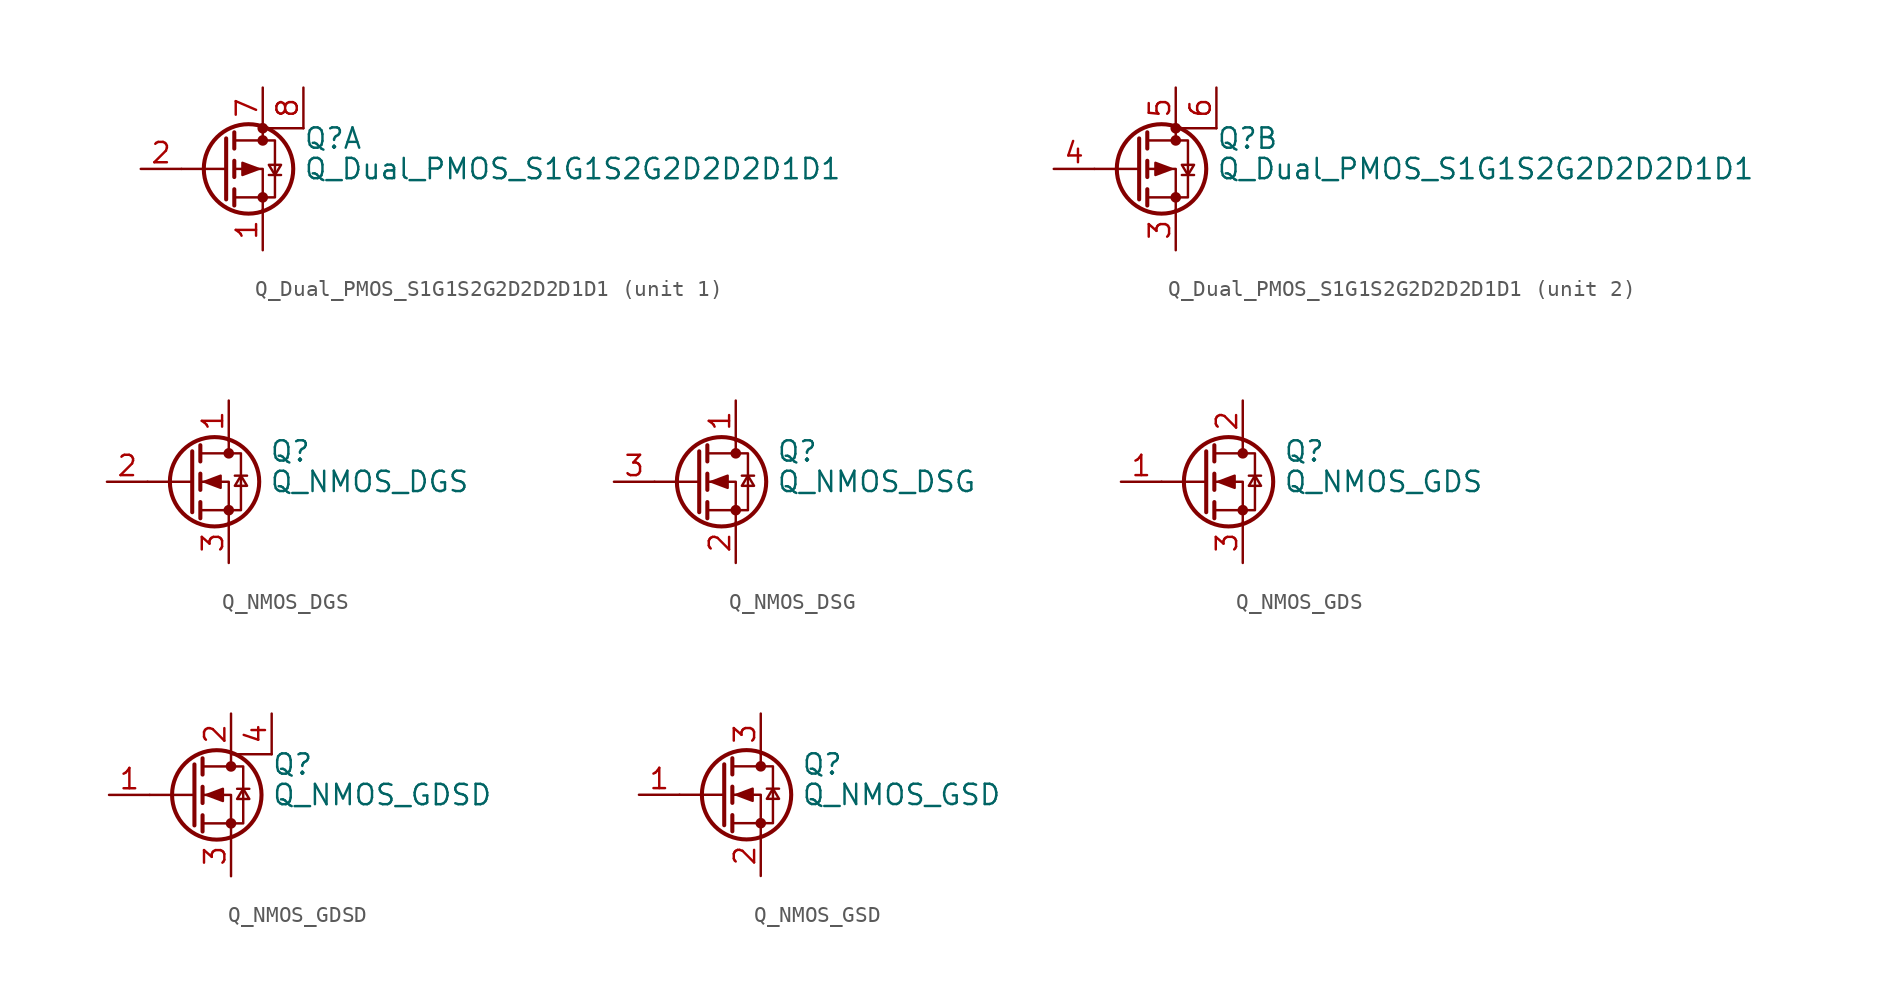
<source format=kicad_sym>
(kicad_symbol_lib
  (version 20241209)
  (generator "kicad_symbol_editor")
  (generator_version "9.0")
  (symbol "Q_Dual_PMOS_S1G1S2G2D2D2D1D1"
    (pin_names
      (offset 0)
      (hide yes))
    (property "Reference" "Q"
      (at 5.08 1.905 0)
      (effects (font (size 1.27 1.27)) (justify left)))
    (property "Value" "Q_Dual_PMOS_S1G1S2G2D2D2D1D1"
      (at 5.08 0 0)
      (effects (font (size 1.27 1.27)) (justify left)))
    (symbol "Q_Dual_PMOS_S1G1S2G2D2D2D1D1_0_1"
      (polyline (pts (xy 0.254 1.905) (xy 0.254 -1.905)) (stroke (width 0.254) (type default)) (fill (type none)))
      (polyline (pts (xy 0.254 0) (xy -2.54 0)) (stroke (width 0) (type default)) (fill (type none)))
      (polyline (pts (xy 0.762 2.286) (xy 0.762 1.27)) (stroke (width 0.254) (type default)) (fill (type none)))
      (polyline (pts (xy 0.762 1.778) (xy 3.302 1.778) (xy 3.302 -1.778) (xy 0.762 -1.778)) (stroke (width 0) (type default)) (fill (type none)))
      (polyline (pts (xy 0.762 0.508) (xy 0.762 -0.508)) (stroke (width 0.254) (type default)) (fill (type none)))
      (polyline (pts (xy 0.762 -1.27) (xy 0.762 -2.286)) (stroke (width 0.254) (type default)) (fill (type none)))
      (circle (center 1.651 0) (radius 2.794) (stroke (width 0.254) (type default)) (fill (type none)))
      (polyline (pts (xy 2.286 0) (xy 1.27 0.381) (xy 1.27 -0.381) (xy 2.286 0)) (stroke (width 0) (type default)) (fill (type outline)))
      (polyline (pts (xy 2.54 2.54) (xy 2.54 1.778)) (stroke (width 0) (type default)) (fill (type none)))
      (circle (center 2.54 2.54) (radius 0.254) (stroke (width 0) (type default)) (fill (type outline)))
      (circle (center 2.54 1.778) (radius 0.254) (stroke (width 0) (type default)) (fill (type outline)))
      (circle (center 2.54 -1.778) (radius 0.254) (stroke (width 0) (type default)) (fill (type outline)))
      (polyline (pts (xy 2.54 -2.54) (xy 2.54 0) (xy 0.762 0)) (stroke (width 0) (type default)) (fill (type none)))
      (polyline (pts (xy 2.921 -0.381) (xy 3.683 -0.381)) (stroke (width 0) (type default)) (fill (type none)))
      (polyline (pts (xy 3.302 -0.381) (xy 2.921 0.254) (xy 3.683 0.254) (xy 3.302 -0.381)) (stroke (width 0) (type default)) (fill (type none)))
      (polyline (pts (xy 5.08 2.54) (xy 2.54 2.54)) (stroke (width 0) (type default)) (fill (type none))))
    (symbol "Q_Dual_PMOS_S1G1S2G2D2D2D1D1_1_1"
      (pin input line (at -5.08 0 0) (length 2.54) (name "G" (effects (font (size 1.27 1.27)))) (number "2" (effects (font (size 1.27 1.27)))))
      (pin passive line (at 2.54 5.08 270) (length 2.54) (name "D" (effects (font (size 1.27 1.27)))) (number "7" (effects (font (size 1.27 1.27)))))
      (pin passive line (at 2.54 -5.08 90) (length 2.54) (name "S" (effects (font (size 1.27 1.27)))) (number "1" (effects (font (size 1.27 1.27)))))
      (pin passive line (at 5.08 5.08 270) (length 2.54) (name "D" (effects (font (size 1.27 1.27)))) (number "8" (effects (font (size 1.27 1.27))))))
    (symbol "Q_Dual_PMOS_S1G1S2G2D2D2D1D1_2_1"
      (pin input line (at -5.08 0 0) (length 2.54) (name "G" (effects (font (size 1.27 1.27)))) (number "4" (effects (font (size 1.27 1.27)))))
      (pin passive line (at 2.54 5.08 270) (length 2.54) (name "D" (effects (font (size 1.27 1.27)))) (number "5" (effects (font (size 1.27 1.27)))))
      (pin passive line (at 2.54 -5.08 90) (length 2.54) (name "S" (effects (font (size 1.27 1.27)))) (number "3" (effects (font (size 1.27 1.27)))))
      (pin passive line (at 5.08 5.08 270) (length 2.54) (name "D" (effects (font (size 1.27 1.27)))) (number "6" (effects (font (size 1.27 1.27)))))))
  (symbol "Q_NMOS_DGS"
    (pin_names
      (offset 0)
      (hide yes))
    (property "Reference" "Q"
      (at 5.08 1.905 0)
      (effects (font (size 1.27 1.27)) (justify left)))
    (property "Value" "Q_NMOS_DGS"
      (at 5.08 0 0)
      (effects (font (size 1.27 1.27)) (justify left)))
    (symbol "Q_NMOS_DGS_0_1"
      (polyline (pts (xy 0.254 1.905) (xy 0.254 -1.905)) (stroke (width 0.254) (type default)) (fill (type none)))
      (polyline (pts (xy 0.254 0) (xy -2.54 0)) (stroke (width 0) (type default)) (fill (type none)))
      (polyline (pts (xy 0.762 2.286) (xy 0.762 1.27)) (stroke (width 0.254) (type default)) (fill (type none)))
      (polyline (pts (xy 0.762 0.508) (xy 0.762 -0.508)) (stroke (width 0.254) (type default)) (fill (type none)))
      (polyline (pts (xy 0.762 -1.27) (xy 0.762 -2.286)) (stroke (width 0.254) (type default)) (fill (type none)))
      (polyline (pts (xy 0.762 -1.778) (xy 3.302 -1.778) (xy 3.302 1.778) (xy 0.762 1.778)) (stroke (width 0) (type default)) (fill (type none)))
      (polyline (pts (xy 1.016 0) (xy 2.032 0.381) (xy 2.032 -0.381) (xy 1.016 0)) (stroke (width 0) (type default)) (fill (type outline)))
      (circle (center 1.651 0) (radius 2.794) (stroke (width 0.254) (type default)) (fill (type none)))
      (polyline (pts (xy 2.54 2.54) (xy 2.54 1.778)) (stroke (width 0) (type default)) (fill (type none)))
      (circle (center 2.54 1.778) (radius 0.254) (stroke (width 0) (type default)) (fill (type outline)))
      (circle (center 2.54 -1.778) (radius 0.254) (stroke (width 0) (type default)) (fill (type outline)))
      (polyline (pts (xy 2.54 -2.54) (xy 2.54 0) (xy 0.762 0)) (stroke (width 0) (type default)) (fill (type none)))
      (polyline (pts (xy 2.921 0.381) (xy 3.683 0.381)) (stroke (width 0) (type default)) (fill (type none)))
      (polyline (pts (xy 3.302 0.381) (xy 2.921 -0.254) (xy 3.683 -0.254) (xy 3.302 0.381)) (stroke (width 0) (type default)) (fill (type none))))
    (symbol "Q_NMOS_DGS_1_1"
      (pin input line (at -5.08 0 0) (length 2.54) (name "G" (effects (font (size 1.27 1.27)))) (number "2" (effects (font (size 1.27 1.27)))))
      (pin passive line (at 2.54 5.08 270) (length 2.54) (name "D" (effects (font (size 1.27 1.27)))) (number "1" (effects (font (size 1.27 1.27)))))
      (pin passive line (at 2.54 -5.08 90) (length 2.54) (name "S" (effects (font (size 1.27 1.27)))) (number "3" (effects (font (size 1.27 1.27)))))))
  (symbol "Q_NMOS_DSG"
    (pin_names
      (offset 0)
      (hide yes))
    (property "Reference" "Q"
      (at 5.08 1.905 0)
      (effects (font (size 1.27 1.27)) (justify left)))
    (property "Value" "Q_NMOS_DSG"
      (at 5.08 0 0)
      (effects (font (size 1.27 1.27)) (justify left)))
    (symbol "Q_NMOS_DSG_0_1"
      (polyline (pts (xy 0.254 1.905) (xy 0.254 -1.905)) (stroke (width 0.254) (type default)) (fill (type none)))
      (polyline (pts (xy 0.254 0) (xy -2.54 0)) (stroke (width 0) (type default)) (fill (type none)))
      (polyline (pts (xy 0.762 2.286) (xy 0.762 1.27)) (stroke (width 0.254) (type default)) (fill (type none)))
      (polyline (pts (xy 0.762 0.508) (xy 0.762 -0.508)) (stroke (width 0.254) (type default)) (fill (type none)))
      (polyline (pts (xy 0.762 -1.27) (xy 0.762 -2.286)) (stroke (width 0.254) (type default)) (fill (type none)))
      (polyline (pts (xy 0.762 -1.778) (xy 3.302 -1.778) (xy 3.302 1.778) (xy 0.762 1.778)) (stroke (width 0) (type default)) (fill (type none)))
      (polyline (pts (xy 1.016 0) (xy 2.032 0.381) (xy 2.032 -0.381) (xy 1.016 0)) (stroke (width 0) (type default)) (fill (type outline)))
      (circle (center 1.651 0) (radius 2.794) (stroke (width 0.254) (type default)) (fill (type none)))
      (polyline (pts (xy 2.54 2.54) (xy 2.54 1.778)) (stroke (width 0) (type default)) (fill (type none)))
      (circle (center 2.54 1.778) (radius 0.254) (stroke (width 0) (type default)) (fill (type outline)))
      (circle (center 2.54 -1.778) (radius 0.254) (stroke (width 0) (type default)) (fill (type outline)))
      (polyline (pts (xy 2.54 -2.54) (xy 2.54 0) (xy 0.762 0)) (stroke (width 0) (type default)) (fill (type none)))
      (polyline (pts (xy 2.921 0.381) (xy 3.683 0.381)) (stroke (width 0) (type default)) (fill (type none)))
      (polyline (pts (xy 3.302 0.381) (xy 2.921 -0.254) (xy 3.683 -0.254) (xy 3.302 0.381)) (stroke (width 0) (type default)) (fill (type none))))
    (symbol "Q_NMOS_DSG_1_1"
      (pin input line (at -5.08 0 0) (length 2.54) (name "G" (effects (font (size 1.27 1.27)))) (number "3" (effects (font (size 1.27 1.27)))))
      (pin passive line (at 2.54 5.08 270) (length 2.54) (name "D" (effects (font (size 1.27 1.27)))) (number "1" (effects (font (size 1.27 1.27)))))
      (pin passive line (at 2.54 -5.08 90) (length 2.54) (name "S" (effects (font (size 1.27 1.27)))) (number "2" (effects (font (size 1.27 1.27)))))))
  (symbol "Q_NMOS_GDS"
    (pin_names
      (offset 0)
      (hide yes))
    (property "Reference" "Q"
      (at 5.08 1.905 0)
      (effects (font (size 1.27 1.27)) (justify left)))
    (property "Value" "Q_NMOS_GDS"
      (at 5.08 0 0)
      (effects (font (size 1.27 1.27)) (justify left)))
    (symbol "Q_NMOS_GDS_0_1"
      (polyline (pts (xy 0.254 1.905) (xy 0.254 -1.905)) (stroke (width 0.254) (type default)) (fill (type none)))
      (polyline (pts (xy 0.254 0) (xy -2.54 0)) (stroke (width 0) (type default)) (fill (type none)))
      (polyline (pts (xy 0.762 2.286) (xy 0.762 1.27)) (stroke (width 0.254) (type default)) (fill (type none)))
      (polyline (pts (xy 0.762 0.508) (xy 0.762 -0.508)) (stroke (width 0.254) (type default)) (fill (type none)))
      (polyline (pts (xy 0.762 -1.27) (xy 0.762 -2.286)) (stroke (width 0.254) (type default)) (fill (type none)))
      (polyline (pts (xy 0.762 -1.778) (xy 3.302 -1.778) (xy 3.302 1.778) (xy 0.762 1.778)) (stroke (width 0) (type default)) (fill (type none)))
      (polyline (pts (xy 1.016 0) (xy 2.032 0.381) (xy 2.032 -0.381) (xy 1.016 0)) (stroke (width 0) (type default)) (fill (type outline)))
      (circle (center 1.651 0) (radius 2.794) (stroke (width 0.254) (type default)) (fill (type none)))
      (polyline (pts (xy 2.54 2.54) (xy 2.54 1.778)) (stroke (width 0) (type default)) (fill (type none)))
      (circle (center 2.54 1.778) (radius 0.254) (stroke (width 0) (type default)) (fill (type outline)))
      (circle (center 2.54 -1.778) (radius 0.254) (stroke (width 0) (type default)) (fill (type outline)))
      (polyline (pts (xy 2.54 -2.54) (xy 2.54 0) (xy 0.762 0)) (stroke (width 0) (type default)) (fill (type none)))
      (polyline (pts (xy 2.921 0.381) (xy 3.683 0.381)) (stroke (width 0) (type default)) (fill (type none)))
      (polyline (pts (xy 3.302 0.381) (xy 2.921 -0.254) (xy 3.683 -0.254) (xy 3.302 0.381)) (stroke (width 0) (type default)) (fill (type none))))
    (symbol "Q_NMOS_GDS_1_1"
      (pin input line (at -5.08 0 0) (length 2.54) (name "G" (effects (font (size 1.27 1.27)))) (number "1" (effects (font (size 1.27 1.27)))))
      (pin passive line (at 2.54 5.08 270) (length 2.54) (name "D" (effects (font (size 1.27 1.27)))) (number "2" (effects (font (size 1.27 1.27)))))
      (pin passive line (at 2.54 -5.08 90) (length 2.54) (name "S" (effects (font (size 1.27 1.27)))) (number "3" (effects (font (size 1.27 1.27)))))))
  (symbol "Q_NMOS_GDSD"
    (pin_names
      (offset 0)
      (hide yes))
    (property "Reference" "Q"
      (at 5.08 1.905 0)
      (effects (font (size 1.27 1.27)) (justify left)))
    (property "Value" "Q_NMOS_GDSD"
      (at 5.08 0 0)
      (effects (font (size 1.27 1.27)) (justify left)))
    (symbol "Q_NMOS_GDSD_0_1"
      (polyline (pts (xy 0.254 1.905) (xy 0.254 -1.905)) (stroke (width 0.254) (type default)) (fill (type none)))
      (polyline (pts (xy 0.254 0) (xy -2.54 0)) (stroke (width 0) (type default)) (fill (type none)))
      (polyline (pts (xy 0.762 2.286) (xy 0.762 1.27)) (stroke (width 0.254) (type default)) (fill (type none)))
      (polyline (pts (xy 0.762 0.508) (xy 0.762 -0.508)) (stroke (width 0.254) (type default)) (fill (type none)))
      (polyline (pts (xy 0.762 -1.27) (xy 0.762 -2.286)) (stroke (width 0.254) (type default)) (fill (type none)))
      (polyline (pts (xy 0.762 -1.778) (xy 3.302 -1.778) (xy 3.302 1.778) (xy 0.762 1.778)) (stroke (width 0) (type default)) (fill (type none)))
      (polyline (pts (xy 1.016 0) (xy 2.032 0.381) (xy 2.032 -0.381) (xy 1.016 0)) (stroke (width 0) (type default)) (fill (type outline)))
      (circle (center 1.651 0) (radius 2.794) (stroke (width 0.254) (type default)) (fill (type none)))
      (circle (center 2.54 1.778) (radius 0.254) (stroke (width 0) (type default)) (fill (type outline)))
      (circle (center 2.54 -1.778) (radius 0.254) (stroke (width 0) (type default)) (fill (type outline)))
      (polyline (pts (xy 2.54 -2.54) (xy 2.54 0) (xy 0.762 0)) (stroke (width 0) (type default)) (fill (type none)))
      (polyline (pts (xy 2.921 0.381) (xy 3.683 0.381)) (stroke (width 0) (type default)) (fill (type none)))
      (polyline (pts (xy 3.302 0.381) (xy 2.921 -0.254) (xy 3.683 -0.254) (xy 3.302 0.381)) (stroke (width 0) (type default)) (fill (type none)))
      (polyline (pts (xy 5.08 2.54) (xy 2.54 2.54) (xy 2.54 1.778)) (stroke (width 0) (type default)) (fill (type none))))
    (symbol "Q_NMOS_GDSD_1_1"
      (pin input line (at -5.08 0 0) (length 2.54) (name "G" (effects (font (size 1.27 1.27)))) (number "1" (effects (font (size 1.27 1.27)))))
      (pin passive line (at 2.54 5.08 270) (length 2.54) (name "D" (effects (font (size 1.27 1.27)))) (number "2" (effects (font (size 1.27 1.27)))))
      (pin passive line (at 2.54 -5.08 90) (length 2.54) (name "S" (effects (font (size 1.27 1.27)))) (number "3" (effects (font (size 1.27 1.27)))))
      (pin passive line (at 5.08 5.08 270) (length 2.54) (name "D" (effects (font (size 1.27 1.27)))) (number "4" (effects (font (size 1.27 1.27)))))))
  (symbol "Q_NMOS_GSD"
    (pin_names
      (offset 0)
      (hide yes))
    (property "Reference" "Q"
      (at 5.08 1.905 0)
      (effects (font (size 1.27 1.27)) (justify left)))
    (property "Value" "Q_NMOS_GSD"
      (at 5.08 0 0)
      (effects (font (size 1.27 1.27)) (justify left)))
    (symbol "Q_NMOS_GSD_0_1"
      (polyline (pts (xy 0.254 1.905) (xy 0.254 -1.905)) (stroke (width 0.254) (type default)) (fill (type none)))
      (polyline (pts (xy 0.254 0) (xy -2.54 0)) (stroke (width 0) (type default)) (fill (type none)))
      (polyline (pts (xy 0.762 2.286) (xy 0.762 1.27)) (stroke (width 0.254) (type default)) (fill (type none)))
      (polyline (pts (xy 0.762 0.508) (xy 0.762 -0.508)) (stroke (width 0.254) (type default)) (fill (type none)))
      (polyline (pts (xy 0.762 -1.27) (xy 0.762 -2.286)) (stroke (width 0.254) (type default)) (fill (type none)))
      (polyline (pts (xy 0.762 -1.778) (xy 3.302 -1.778) (xy 3.302 1.778) (xy 0.762 1.778)) (stroke (width 0) (type default)) (fill (type none)))
      (polyline (pts (xy 1.016 0) (xy 2.032 0.381) (xy 2.032 -0.381) (xy 1.016 0)) (stroke (width 0) (type default)) (fill (type outline)))
      (circle (center 1.651 0) (radius 2.794) (stroke (width 0.254) (type default)) (fill (type none)))
      (polyline (pts (xy 2.54 2.54) (xy 2.54 1.778)) (stroke (width 0) (type default)) (fill (type none)))
      (circle (center 2.54 1.778) (radius 0.254) (stroke (width 0) (type default)) (fill (type outline)))
      (circle (center 2.54 -1.778) (radius 0.254) (stroke (width 0) (type default)) (fill (type outline)))
      (polyline (pts (xy 2.54 -2.54) (xy 2.54 0) (xy 0.762 0)) (stroke (width 0) (type default)) (fill (type none)))
      (polyline (pts (xy 2.921 0.381) (xy 3.683 0.381)) (stroke (width 0) (type default)) (fill (type none)))
      (polyline (pts (xy 3.302 0.381) (xy 2.921 -0.254) (xy 3.683 -0.254) (xy 3.302 0.381)) (stroke (width 0) (type default)) (fill (type none))))
    (symbol "Q_NMOS_GSD_1_1"
      (pin input line (at -5.08 0 0) (length 2.54) (name "G" (effects (font (size 1.27 1.27)))) (number "1" (effects (font (size 1.27 1.27)))))
      (pin passive line (at 2.54 5.08 270) (length 2.54) (name "D" (effects (font (size 1.27 1.27)))) (number "3" (effects (font (size 1.27 1.27)))))
      (pin passive line (at 2.54 -5.08 90) (length 2.54) (name "S" (effects (font (size 1.27 1.27)))) (number "2" (effects (font (size 1.27 1.27))))))))
</source>
